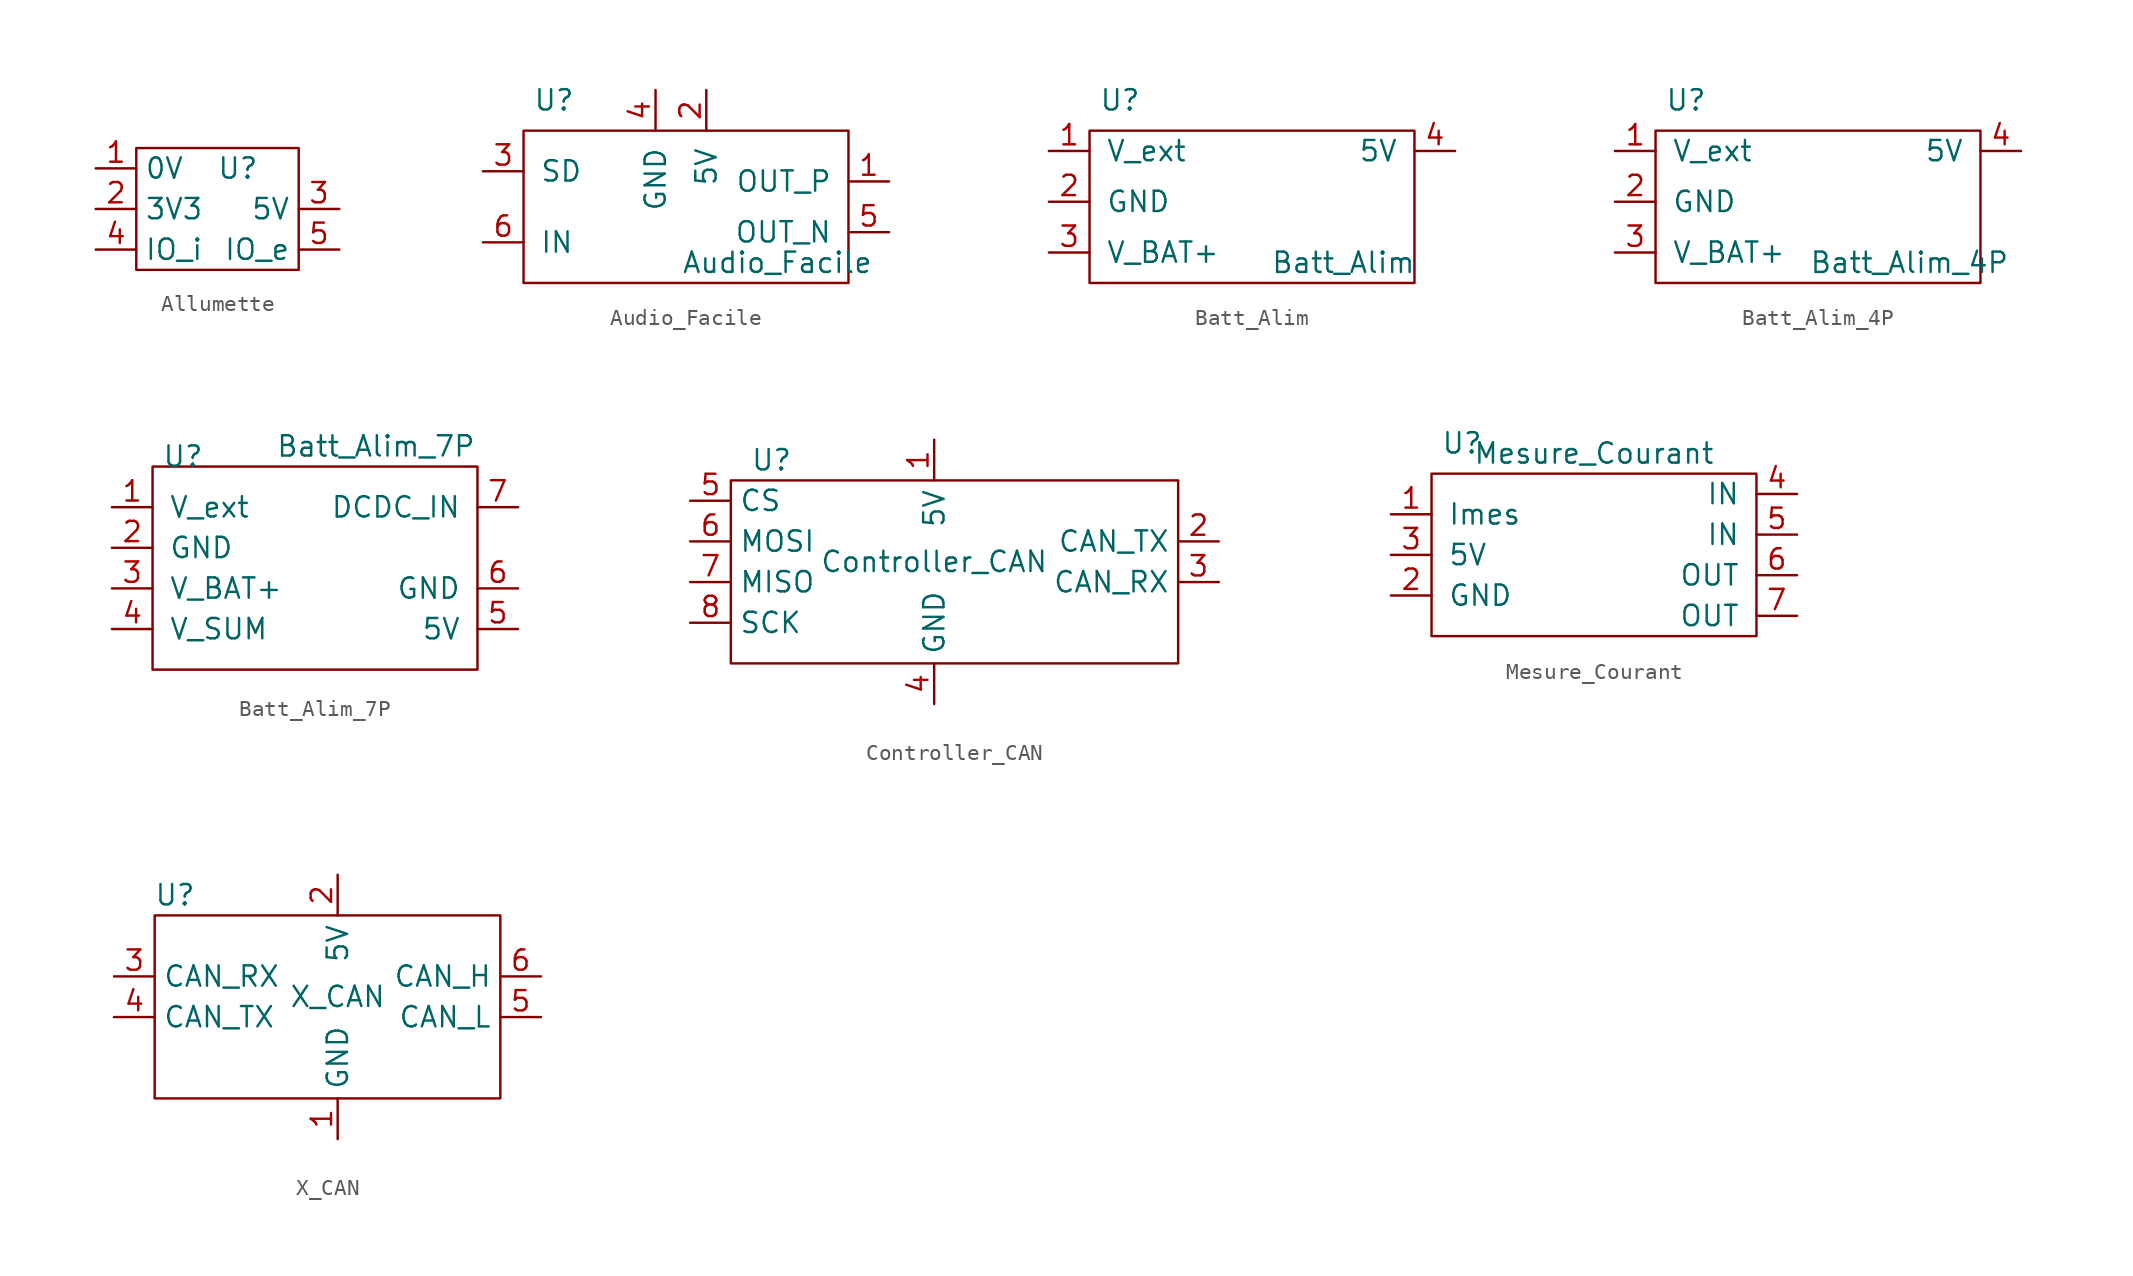
<source format=kicad_sym>
(kicad_symbol_lib
  (version 20231120)
  (generator "kicad_symbol_editor")
  (generator_version "8.0")
  (symbol "Allumette"
    (property "Reference" "U"
      (at 1.27 2.54 0)
      (effects (font (size 1.27 1.27))))
    (property "Value" ""
      (at 0 7.62 0)
      (effects (font (size 1.27 1.27))))
    (symbol "Allumette_0_1"
      (rectangle (start -5.08 3.81) (end 5.08 -3.81) (stroke (width 0) (type default)) (fill (type none))))
    (symbol "Allumette_1_1"
      (pin passive line (at -7.62 2.54 0) (length 2.54) (name "0V" (effects (font (size 1.27 1.27)))) (number "1" (effects (font (size 1.27 1.27)))))
      (pin passive line (at -7.62 0 0) (length 2.54) (name "3V3" (effects (font (size 1.27 1.27)))) (number "2" (effects (font (size 1.27 1.27)))))
      (pin passive line (at 7.62 0 180) (length 2.54) (name "5V" (effects (font (size 1.27 1.27)))) (number "3" (effects (font (size 1.27 1.27)))))
      (pin passive line (at -7.62 -2.54 0) (length 2.54) (name "IO_i" (effects (font (size 1.27 1.27)))) (number "4" (effects (font (size 1.27 1.27)))))
      (pin passive line (at 7.62 -2.54 180) (length 2.54) (name "IO_e" (effects (font (size 1.27 1.27)))) (number "5" (effects (font (size 1.27 1.27)))))))
  (symbol "Audio_Facile"
    (pin_names
      (offset 1.016))
    (property "Reference" "U"
      (at -8.255 10.795 0)
      (effects (font (size 1.27 1.27))))
    (property "Value" "Audio_Facile"
      (at 5.715 0.635 0)
      (effects (font (size 1.27 1.27))))
    (symbol "Audio_Facile_0_1"
      (rectangle (start -10.16 8.89) (end 10.16 -0.635) (stroke (width 0) (type default)) (fill (type none))))
    (symbol "Audio_Facile_1_1"
      (pin output line (at 12.7 5.715 180) (length 2.54) (name "OUT_P" (effects (font (size 1.27 1.27)))) (number "1" (effects (font (size 1.27 1.27)))))
      (pin power_in line (at 1.27 11.43 270) (length 2.54) (name "5V" (effects (font (size 1.27 1.27)))) (number "2" (effects (font (size 1.27 1.27)))))
      (pin input line (at -12.7 6.35 0) (length 2.54) (name "SD" (effects (font (size 1.27 1.27)))) (number "3" (effects (font (size 1.27 1.27)))))
      (pin passive line (at -1.905 11.43 270) (length 2.54) (name "GND" (effects (font (size 1.27 1.27)))) (number "4" (effects (font (size 1.27 1.27)))))
      (pin output line (at 12.7 2.54 180) (length 2.54) (name "OUT_N" (effects (font (size 1.27 1.27)))) (number "5" (effects (font (size 1.27 1.27)))))
      (pin input line (at -12.7 1.905 0) (length 2.54) (name "IN" (effects (font (size 1.27 1.27)))) (number "6" (effects (font (size 1.27 1.27)))))))
  (symbol "Batt_Alim"
    (pin_names
      (offset 1.016))
    (property "Reference" "U"
      (at -8.255 10.795 0)
      (effects (font (size 1.27 1.27))))
    (property "Value" "Batt_Alim"
      (at 5.715 0.635 0)
      (effects (font (size 1.27 1.27))))
    (symbol "Batt_Alim_0_1"
      (rectangle (start -10.16 8.89) (end 10.16 -0.635) (stroke (width 0) (type default)) (fill (type none))))
    (symbol "Batt_Alim_1_1"
      (pin power_in line (at -12.7 7.62 0) (length 2.54) (name "V_ext" (effects (font (size 1.27 1.27)))) (number "1" (effects (font (size 1.27 1.27)))))
      (pin passive line (at -12.7 4.445 0) (length 2.54) (name "GND" (effects (font (size 1.27 1.27)))) (number "2" (effects (font (size 1.27 1.27)))))
      (pin bidirectional line (at -12.7 1.27 0) (length 2.54) (name "V_BAT+" (effects (font (size 1.27 1.27)))) (number "3" (effects (font (size 1.27 1.27)))))
      (pin power_out line (at 12.7 7.62 180) (length 2.54) (name "5V" (effects (font (size 1.27 1.27)))) (number "4" (effects (font (size 1.27 1.27)))))))
  (symbol "Batt_Alim_4P"
    (pin_names
      (offset 1.016))
    (property "Reference" "U"
      (at -8.255 10.795 0)
      (effects (font (size 1.27 1.27))))
    (property "Value" "Batt_Alim_4P"
      (at 5.715 0.635 0)
      (effects (font (size 1.27 1.27))))
    (symbol "Batt_Alim_4P_0_1"
      (rectangle (start -10.16 8.89) (end 10.16 -0.635) (stroke (width 0) (type default)) (fill (type none))))
    (symbol "Batt_Alim_4P_1_1"
      (pin power_in line (at -12.7 7.62 0) (length 2.54) (name "V_ext" (effects (font (size 1.27 1.27)))) (number "1" (effects (font (size 1.27 1.27)))))
      (pin passive line (at -12.7 4.445 0) (length 2.54) (name "GND" (effects (font (size 1.27 1.27)))) (number "2" (effects (font (size 1.27 1.27)))))
      (pin bidirectional line (at -12.7 1.27 0) (length 2.54) (name "V_BAT+" (effects (font (size 1.27 1.27)))) (number "3" (effects (font (size 1.27 1.27)))))
      (pin power_out line (at 12.7 7.62 180) (length 2.54) (name "5V" (effects (font (size 1.27 1.27)))) (number "4" (effects (font (size 1.27 1.27)))))))
  (symbol "Batt_Alim_7P"
    (pin_names
      (offset 1.016))
    (property "Reference" "U"
      (at -8.255 10.795 0)
      (effects (font (size 1.27 1.27))))
    (property "Value" "Batt_Alim_7P"
      (at 3.81 11.43 0)
      (effects (font (size 1.27 1.27))))
    (symbol "Batt_Alim_7P_0_1"
      (rectangle (start -10.16 10.16) (end 10.16 -2.54) (stroke (width 0) (type default)) (fill (type none))))
    (symbol "Batt_Alim_7P_1_1"
      (pin power_in line (at -12.7 7.62 0) (length 2.54) (name "V_ext" (effects (font (size 1.27 1.27)))) (number "1" (effects (font (size 1.27 1.27)))))
      (pin passive line (at -12.7 5.08 0) (length 2.54) (name "GND" (effects (font (size 1.27 1.27)))) (number "2" (effects (font (size 1.27 1.27)))))
      (pin passive line (at -12.7 2.54 0) (length 2.54) (name "V_BAT+" (effects (font (size 1.27 1.27)))) (number "3" (effects (font (size 1.27 1.27)))))
      (pin power_out line (at -12.7 0 0) (length 2.54) (name "V_SUM" (effects (font (size 1.27 1.27)))) (number "4" (effects (font (size 1.27 1.27)))))
      (pin power_in line (at 12.7 0 180) (length 2.54) (name "5V" (effects (font (size 1.27 1.27)))) (number "5" (effects (font (size 1.27 1.27)))))
      (pin passive line (at 12.7 2.54 180) (length 2.54) (name "GND" (effects (font (size 1.27 1.27)))) (number "6" (effects (font (size 1.27 1.27)))))
      (pin power_in line (at 12.7 7.62 180) (length 2.54) (name "DCDC_IN" (effects (font (size 1.27 1.27)))) (number "7" (effects (font (size 1.27 1.27)))))))
  (symbol "Controller_CAN"
    (property "Reference" "U"
      (at -10.16 6.35 0)
      (effects (font (size 1.27 1.27))))
    (property "Value" "Controller_CAN"
      (at 0 0 0)
      (effects (font (size 1.27 1.27))))
    (symbol "Controller_CAN_0_1"
      (rectangle (start -12.7 5.08) (end 15.24 -6.35) (stroke (width 0) (type default)) (fill (type none))))
    (symbol "Controller_CAN_1_1"
      (pin power_in line (at 0 7.62 270) (length 2.54) (name "5V" (effects (font (size 1.27 1.27)))) (number "1" (effects (font (size 1.27 1.27)))))
      (pin bidirectional line (at 17.78 1.27 180) (length 2.54) (name "CAN_TX" (effects (font (size 1.27 1.27)))) (number "2" (effects (font (size 1.27 1.27)))))
      (pin bidirectional line (at 17.78 -1.27 180) (length 2.54) (name "CAN_RX" (effects (font (size 1.27 1.27)))) (number "3" (effects (font (size 1.27 1.27)))))
      (pin passive line (at 0 -8.89 90) (length 2.54) (name "GND" (effects (font (size 1.27 1.27)))) (number "4" (effects (font (size 1.27 1.27)))))
      (pin input line (at -15.24 3.81 0) (length 2.54) (name "CS" (effects (font (size 1.27 1.27)))) (number "5" (effects (font (size 1.27 1.27)))))
      (pin input line (at -15.24 1.27 0) (length 2.54) (name "MOSI" (effects (font (size 1.27 1.27)))) (number "6" (effects (font (size 1.27 1.27)))))
      (pin output line (at -15.24 -1.27 0) (length 2.54) (name "MISO" (effects (font (size 1.27 1.27)))) (number "7" (effects (font (size 1.27 1.27)))))
      (pin input line (at -15.24 -3.81 0) (length 2.54) (name "SCK" (effects (font (size 1.27 1.27)))) (number "8" (effects (font (size 1.27 1.27)))))))
  (symbol "Mesure_Courant"
    (pin_names
      (offset 1.016))
    (property "Reference" "U"
      (at -8.255 10.795 0)
      (effects (font (size 1.27 1.27))))
    (property "Value" "Mesure_Courant"
      (at 0 10.16 0)
      (effects (font (size 1.27 1.27))))
    (symbol "Mesure_Courant_0_1"
      (rectangle (start -10.16 8.89) (end 10.16 -1.27) (stroke (width 0) (type default)) (fill (type none))))
    (symbol "Mesure_Courant_1_1"
      (pin output line (at -12.7 6.35 0) (length 2.54) (name "Imes" (effects (font (size 1.27 1.27)))) (number "1" (effects (font (size 1.27 1.27)))))
      (pin passive line (at -12.7 1.27 0) (length 2.54) (name "GND" (effects (font (size 1.27 1.27)))) (number "2" (effects (font (size 1.27 1.27)))))
      (pin power_in line (at -12.7 3.81 0) (length 2.54) (name "5V" (effects (font (size 1.27 1.27)))) (number "3" (effects (font (size 1.27 1.27)))))
      (pin bidirectional line (at 12.7 7.62 180) (length 2.54) (name "IN" (effects (font (size 1.27 1.27)))) (number "4" (effects (font (size 1.27 1.27)))))
      (pin bidirectional line (at 12.7 5.08 180) (length 2.54) (name "IN" (effects (font (size 1.27 1.27)))) (number "5" (effects (font (size 1.27 1.27)))))
      (pin bidirectional line (at 12.7 2.54 180) (length 2.54) (name "OUT" (effects (font (size 1.27 1.27)))) (number "6" (effects (font (size 1.27 1.27)))))
      (pin bidirectional line (at 12.7 0 180) (length 2.54) (name "OUT" (effects (font (size 1.27 1.27)))) (number "7" (effects (font (size 1.27 1.27)))))))
  (symbol "X_CAN"
    (property "Reference" "U"
      (at -10.16 6.35 0)
      (effects (font (size 1.27 1.27))))
    (property "Value" "X_CAN"
      (at 0 0 0)
      (effects (font (size 1.27 1.27))))
    (symbol "X_CAN_0_1"
      (rectangle (start -11.43 5.08) (end 10.16 -6.35) (stroke (width 0) (type default)) (fill (type none))))
    (symbol "X_CAN_1_1"
      (pin passive line (at 0 -8.89 90) (length 2.54) (name "GND" (effects (font (size 1.27 1.27)))) (number "1" (effects (font (size 1.27 1.27)))))
      (pin passive line (at 0 7.62 270) (length 2.54) (name "5V" (effects (font (size 1.27 1.27)))) (number "2" (effects (font (size 1.27 1.27)))))
      (pin output line (at -13.97 1.27 0) (length 2.54) (name "CAN_RX" (effects (font (size 1.27 1.27)))) (number "3" (effects (font (size 1.27 1.27)))))
      (pin input line (at -13.97 -1.27 0) (length 2.54) (name "CAN_TX" (effects (font (size 1.27 1.27)))) (number "4" (effects (font (size 1.27 1.27)))))
      (pin bidirectional line (at 12.7 -1.27 180) (length 2.54) (name "CAN_L" (effects (font (size 1.27 1.27)))) (number "5" (effects (font (size 1.27 1.27)))))
      (pin bidirectional line (at 12.7 1.27 180) (length 2.54) (name "CAN_H" (effects (font (size 1.27 1.27)))) (number "6" (effects (font (size 1.27 1.27))))))))
</source>
